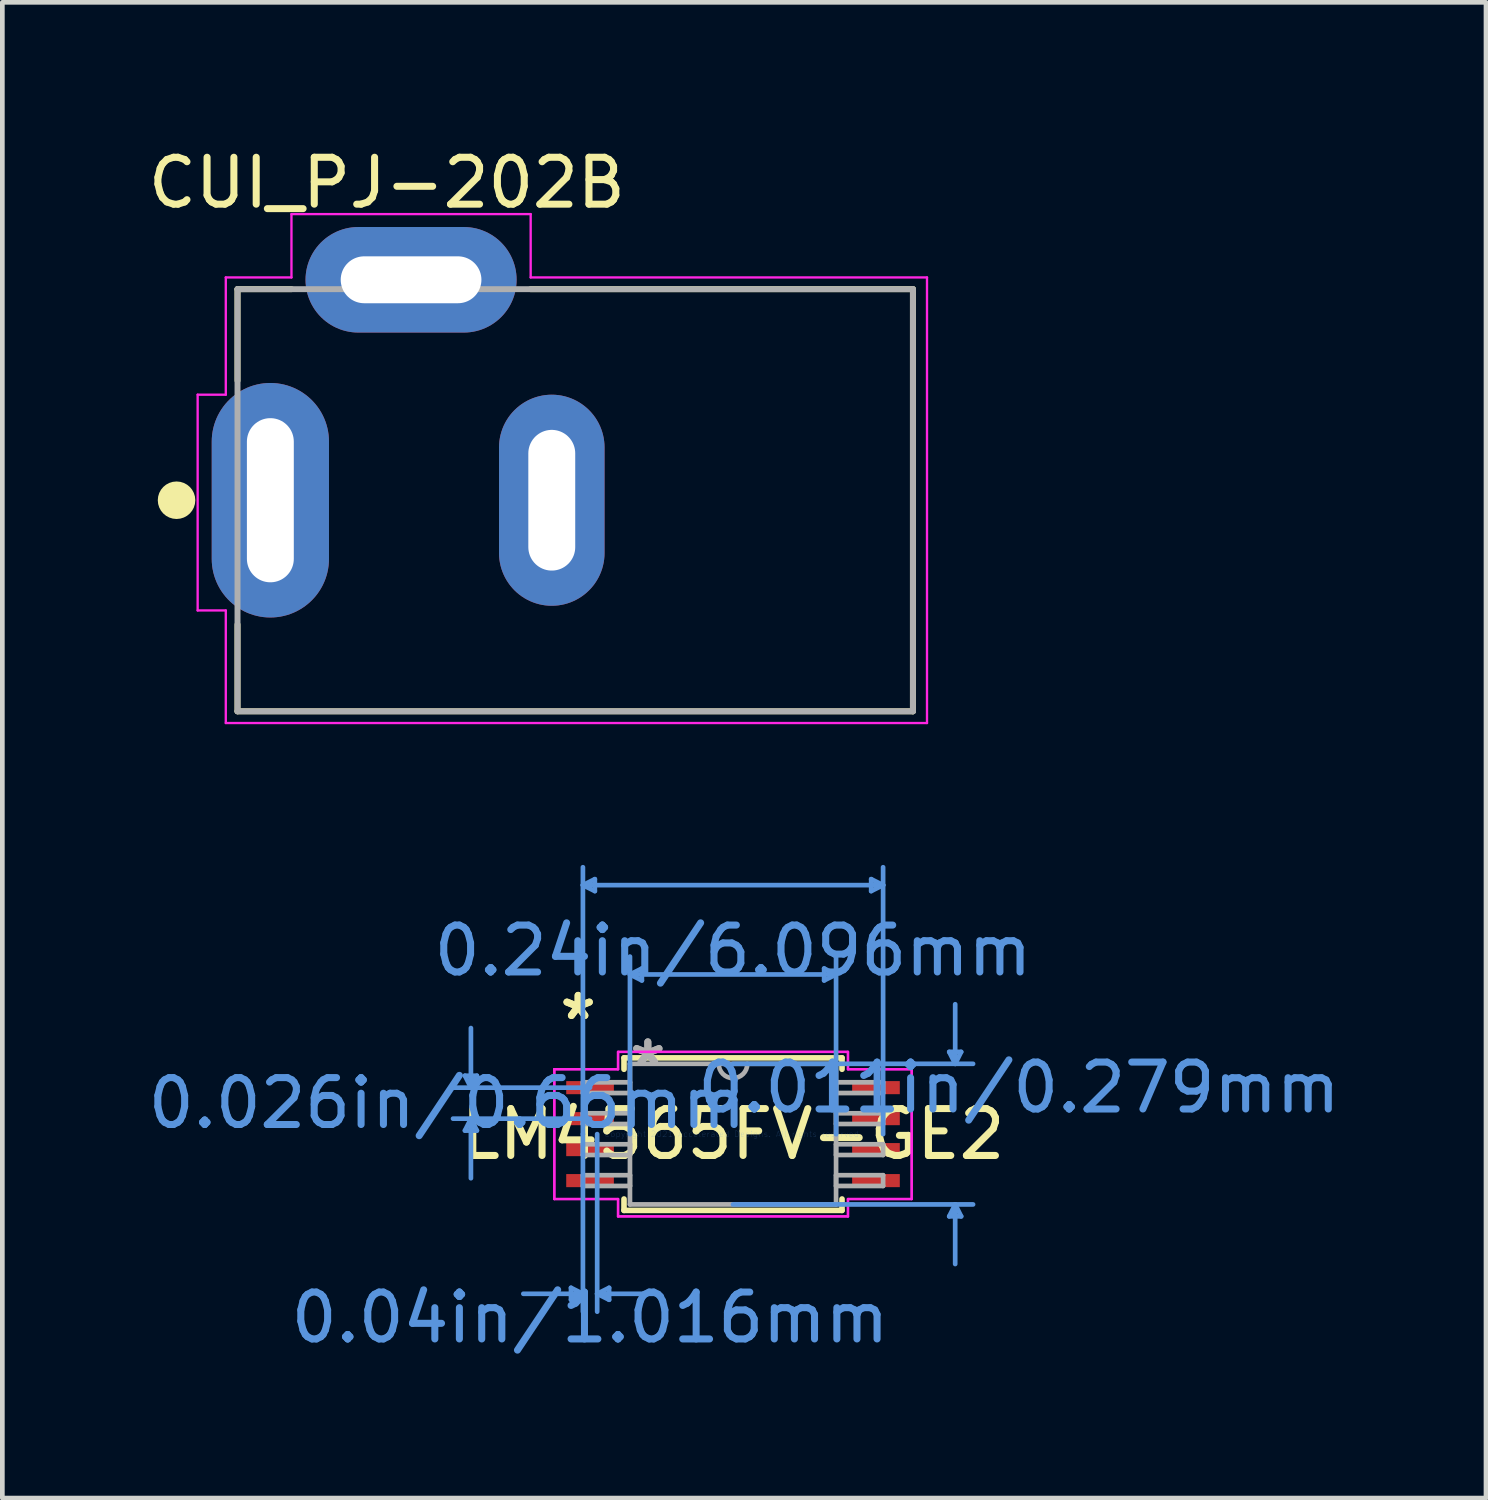
<source format=kicad_pcb>
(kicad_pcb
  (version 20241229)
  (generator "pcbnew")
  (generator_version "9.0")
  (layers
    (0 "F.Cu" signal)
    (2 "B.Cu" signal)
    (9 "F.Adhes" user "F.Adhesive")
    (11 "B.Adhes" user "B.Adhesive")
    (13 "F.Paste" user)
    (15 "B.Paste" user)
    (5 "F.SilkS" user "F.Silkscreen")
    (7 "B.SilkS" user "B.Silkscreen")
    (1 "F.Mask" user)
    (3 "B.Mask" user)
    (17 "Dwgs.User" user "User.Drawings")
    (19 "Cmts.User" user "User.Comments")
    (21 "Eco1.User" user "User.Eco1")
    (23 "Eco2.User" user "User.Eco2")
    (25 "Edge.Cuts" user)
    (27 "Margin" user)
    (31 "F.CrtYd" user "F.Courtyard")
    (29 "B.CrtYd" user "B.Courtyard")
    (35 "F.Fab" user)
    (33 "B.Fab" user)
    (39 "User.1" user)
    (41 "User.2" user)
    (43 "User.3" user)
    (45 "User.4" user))
  (footprint "CUI_PJ-202B"
    (layer "F.Cu")
    (at 9.214 7.615)
    (property "Reference" "CUI_PJ-202B" (at -4.016 -6.767 0) (layer "F.SilkS") (effects (font (size 1 1) (thickness 0.15))))
    (attr through_hole)
    (fp_line (start -7.2 -4.5) (end -6.05 -4.5) (stroke (width 0.127) (type solid)) (layer "F.SilkS"))
    (fp_line (start -7.2 -2.55) (end -7.2 -4.5) (stroke (width 0.127) (type solid)) (layer "F.SilkS"))
    (fp_line (start -7.2 4.5) (end -7.2 2.65) (stroke (width 0.127) (type solid)) (layer "F.SilkS"))
    (fp_line (start -0.95 -4.5) (end 7.2 -4.5) (stroke (width 0.127) (type solid)) (layer "F.SilkS"))
    (fp_line (start 7.2 -4.5) (end 7.2 4.5) (stroke (width 0.127) (type solid)) (layer "F.SilkS"))
    (fp_line (start 7.2 4.5) (end -7.2 4.5) (stroke (width 0.127) (type solid)) (layer "F.SilkS"))
    (fp_circle (center -8.5 0) (end -8.3 0) (stroke (width 0.4) (type solid)) (fill no) (layer "F.SilkS"))
    (fp_line (start -8.05 -2.25) (end -8.05 2.35) (stroke (width 0.05) (type solid)) (layer "F.CrtYd"))
    (fp_line (start -8.05 2.35) (end -7.45 2.35) (stroke (width 0.05) (type solid)) (layer "F.CrtYd"))
    (fp_line (start -7.45 -4.75) (end -6.05 -4.75) (stroke (width 0.05) (type solid)) (layer "F.CrtYd"))
    (fp_line (start -7.45 -2.25) (end -8.05 -2.25) (stroke (width 0.05) (type solid)) (layer "F.CrtYd"))
    (fp_line (start -7.45 -2.25) (end -7.45 -4.75) (stroke (width 0.05) (type solid)) (layer "F.CrtYd"))
    (fp_line (start -7.45 4.75) (end -7.45 2.35) (stroke (width 0.05) (type solid)) (layer "F.CrtYd"))
    (fp_line (start -6.05 -6.1) (end -0.95 -6.1) (stroke (width 0.05) (type solid)) (layer "F.CrtYd"))
    (fp_line (start -6.05 -4.75) (end -6.05 -6.1) (stroke (width 0.05) (type solid)) (layer "F.CrtYd"))
    (fp_line (start -0.95 -6.1) (end -0.95 -4.75) (stroke (width 0.05) (type solid)) (layer "F.CrtYd"))
    (fp_line (start -0.95 -4.75) (end 7.5 -4.75) (stroke (width 0.05) (type solid)) (layer "F.CrtYd"))
    (fp_line (start 7.5 -4.75) (end 7.5 4.75) (stroke (width 0.05) (type solid)) (layer "F.CrtYd"))
    (fp_line (start 7.5 4.75) (end -7.45 4.75) (stroke (width 0.05) (type solid)) (layer "F.CrtYd"))
    (fp_line (start -7.2 -4.5) (end 7.2 -4.5) (stroke (width 0.127) (type solid)) (layer "F.Fab"))
    (fp_line (start -7.2 4.5) (end -7.2 -4.5) (stroke (width 0.127) (type solid)) (layer "F.Fab"))
    (fp_line (start 7.2 -4.5) (end 7.2 4.5) (stroke (width 0.127) (type solid)) (layer "F.Fab"))
    (fp_line (start 7.2 4.5) (end -7.2 4.5) (stroke (width 0.127) (type solid)) (layer "F.Fab"))
    (pad "1" thru_hole oval (at -6.5 0) (size 2.5 5) (drill oval 1 3.5) (layers "*.Cu" "*.Mask"))
    (pad "2" thru_hole oval (at -0.5 0) (size 2.25 4.5) (drill oval 1 3) (layers "*.Cu" "*.Mask"))
    (pad "3" thru_hole oval (at -3.5 -4.7) (size 4.5 2.25) (drill oval 3 1) (layers "*.Cu" "*.Mask")))
  (footprint "LM4565FV-GE2"
    (layer "F.Cu")
    (at 12.578 21.13)
    (property "Reference" "LM4565FV-GE2" (at 0 0 0) (layer "F.SilkS") (effects (font (size 1 1) (thickness 0.15))))
    (attr through_hole)
    (fp_line (start -2.324 -1.626) (end -2.324 -1.383) (stroke (width 0.12) (type solid)) (layer "F.SilkS"))
    (fp_line (start -2.324 1.383) (end -2.324 1.626) (stroke (width 0.12) (type solid)) (layer "F.SilkS"))
    (fp_line (start -2.324 1.626) (end 2.324 1.626) (stroke (width 0.12) (type solid)) (layer "F.SilkS"))
    (fp_line (start 2.324 -1.626) (end -2.324 -1.626) (stroke (width 0.12) (type solid)) (layer "F.SilkS"))
    (fp_line (start 2.324 -1.383) (end 2.324 -1.626) (stroke (width 0.12) (type solid)) (layer "F.SilkS"))
    (fp_line (start 2.324 1.626) (end 2.324 1.383) (stroke (width 0.12) (type solid)) (layer "F.SilkS"))
    (fp_line (start -5.715 -1.245) (end -5.461 -1.245) (stroke (width 0.1) (type solid)) (layer "Cmts.User"))
    (fp_line (start -5.715 -0.076) (end -5.461 -0.076) (stroke (width 0.1) (type solid)) (layer "Cmts.User"))
    (fp_line (start -5.588 -0.991) (end -5.715 -1.245) (stroke (width 0.1) (type solid)) (layer "Cmts.User"))
    (fp_line (start -5.588 -0.991) (end -5.588 -2.261) (stroke (width 0.1) (type solid)) (layer "Cmts.User"))
    (fp_line (start -5.588 -0.991) (end -5.461 -1.245) (stroke (width 0.1) (type solid)) (layer "Cmts.User"))
    (fp_line (start -5.588 -0.33) (end -5.715 -0.076) (stroke (width 0.1) (type solid)) (layer "Cmts.User"))
    (fp_line (start -5.588 -0.33) (end -5.588 0.94) (stroke (width 0.1) (type solid)) (layer "Cmts.User"))
    (fp_line (start -5.588 -0.33) (end -5.461 -0.076) (stroke (width 0.1) (type solid)) (layer "Cmts.User"))
    (fp_line (start -3.454 3.277) (end -3.454 3.531) (stroke (width 0.1) (type solid)) (layer "Cmts.User"))
    (fp_line (start -3.2 -5.309) (end -2.946 -5.436) (stroke (width 0.1) (type solid)) (layer "Cmts.User"))
    (fp_line (start -3.2 -5.309) (end -2.946 -5.182) (stroke (width 0.1) (type solid)) (layer "Cmts.User"))
    (fp_line (start -3.2 -5.309) (end 3.2 -5.309) (stroke (width 0.1) (type solid)) (layer "Cmts.User"))
    (fp_line (start -3.2 0) (end -3.2 -5.69) (stroke (width 0.1) (type solid)) (layer "Cmts.User"))
    (fp_line (start -3.2 0) (end -3.2 3.785) (stroke (width 0.1) (type solid)) (layer "Cmts.User"))
    (fp_line (start -3.2 3.404) (end -4.47 3.404) (stroke (width 0.1) (type solid)) (layer "Cmts.User"))
    (fp_line (start -3.2 3.404) (end -3.454 3.277) (stroke (width 0.1) (type solid)) (layer "Cmts.User"))
    (fp_line (start -3.2 3.404) (end -3.454 3.531) (stroke (width 0.1) (type solid)) (layer "Cmts.User"))
    (fp_line (start -3.048 -0.991) (end -5.969 -0.991) (stroke (width 0.1) (type solid)) (layer "Cmts.User"))
    (fp_line (start -3.048 -0.33) (end -5.969 -0.33) (stroke (width 0.1) (type solid)) (layer "Cmts.User"))
    (fp_line (start -2.946 -5.436) (end -2.946 -5.182) (stroke (width 0.1) (type solid)) (layer "Cmts.User"))
    (fp_line (start -2.896 0) (end -2.896 3.785) (stroke (width 0.1) (type solid)) (layer "Cmts.User"))
    (fp_line (start -2.896 3.404) (end -2.642 3.277) (stroke (width 0.1) (type solid)) (layer "Cmts.User"))
    (fp_line (start -2.896 3.404) (end -2.642 3.531) (stroke (width 0.1) (type solid)) (layer "Cmts.User"))
    (fp_line (start -2.896 3.404) (end -1.626 3.404) (stroke (width 0.1) (type solid)) (layer "Cmts.User"))
    (fp_line (start -2.642 3.277) (end -2.642 3.531) (stroke (width 0.1) (type solid)) (layer "Cmts.User"))
    (fp_line (start -2.197 -3.404) (end -1.943 -3.531) (stroke (width 0.1) (type solid)) (layer "Cmts.User"))
    (fp_line (start -2.197 -3.404) (end -1.943 -3.277) (stroke (width 0.1) (type solid)) (layer "Cmts.User"))
    (fp_line (start -2.197 -3.404) (end 2.197 -3.404) (stroke (width 0.1) (type solid)) (layer "Cmts.User"))
    (fp_line (start -2.197 0) (end -2.197 -3.785) (stroke (width 0.1) (type solid)) (layer "Cmts.User"))
    (fp_line (start -1.943 -3.531) (end -1.943 -3.277) (stroke (width 0.1) (type solid)) (layer "Cmts.User"))
    (fp_line (start 0 -1.499) (end 5.118 -1.499) (stroke (width 0.1) (type solid)) (layer "Cmts.User"))
    (fp_line (start 0 1.499) (end 5.118 1.499) (stroke (width 0.1) (type solid)) (layer "Cmts.User"))
    (fp_line (start 1.943 -3.531) (end 1.943 -3.277) (stroke (width 0.1) (type solid)) (layer "Cmts.User"))
    (fp_line (start 2.197 -3.404) (end 1.943 -3.531) (stroke (width 0.1) (type solid)) (layer "Cmts.User"))
    (fp_line (start 2.197 -3.404) (end 1.943 -3.277) (stroke (width 0.1) (type solid)) (layer "Cmts.User"))
    (fp_line (start 2.197 0) (end 2.197 -3.785) (stroke (width 0.1) (type solid)) (layer "Cmts.User"))
    (fp_line (start 2.946 -5.436) (end 2.946 -5.182) (stroke (width 0.1) (type solid)) (layer "Cmts.User"))
    (fp_line (start 3.2 -5.309) (end 2.946 -5.436) (stroke (width 0.1) (type solid)) (layer "Cmts.User"))
    (fp_line (start 3.2 -5.309) (end 2.946 -5.182) (stroke (width 0.1) (type solid)) (layer "Cmts.User"))
    (fp_line (start 3.2 0) (end 3.2 -5.69) (stroke (width 0.1) (type solid)) (layer "Cmts.User"))
    (fp_line (start 4.61 -1.753) (end 4.864 -1.753) (stroke (width 0.1) (type solid)) (layer "Cmts.User"))
    (fp_line (start 4.61 1.753) (end 4.864 1.753) (stroke (width 0.1) (type solid)) (layer "Cmts.User"))
    (fp_line (start 4.737 -1.499) (end 4.61 -1.753) (stroke (width 0.1) (type solid)) (layer "Cmts.User"))
    (fp_line (start 4.737 -1.499) (end 4.737 -2.769) (stroke (width 0.1) (type solid)) (layer "Cmts.User"))
    (fp_line (start 4.737 -1.499) (end 4.864 -1.753) (stroke (width 0.1) (type solid)) (layer "Cmts.User"))
    (fp_line (start 4.737 1.499) (end 4.61 1.753) (stroke (width 0.1) (type solid)) (layer "Cmts.User"))
    (fp_line (start 4.737 1.499) (end 4.737 2.769) (stroke (width 0.1) (type solid)) (layer "Cmts.User"))
    (fp_line (start 4.737 1.499) (end 4.864 1.753) (stroke (width 0.1) (type solid)) (layer "Cmts.User"))
    (fp_line (start -3.81 -1.384) (end -2.451 -1.384) (stroke (width 0.05) (type solid)) (layer "F.CrtYd"))
    (fp_line (start -3.81 -1.384) (end -2.451 -1.384) (stroke (width 0.05) (type solid)) (layer "F.CrtYd"))
    (fp_line (start -3.81 1.384) (end -3.81 -1.384) (stroke (width 0.05) (type solid)) (layer "F.CrtYd"))
    (fp_line (start -3.81 1.384) (end -3.81 -1.384) (stroke (width 0.05) (type solid)) (layer "F.CrtYd"))
    (fp_line (start -3.81 1.384) (end -2.451 1.384) (stroke (width 0.05) (type solid)) (layer "F.CrtYd"))
    (fp_line (start -2.451 -1.753) (end 2.451 -1.753) (stroke (width 0.05) (type solid)) (layer "F.CrtYd"))
    (fp_line (start -2.451 -1.753) (end 2.451 -1.753) (stroke (width 0.05) (type solid)) (layer "F.CrtYd"))
    (fp_line (start -2.451 -1.384) (end -2.451 -1.753) (stroke (width 0.05) (type solid)) (layer "F.CrtYd"))
    (fp_line (start -2.451 -1.384) (end -2.451 -1.753) (stroke (width 0.05) (type solid)) (layer "F.CrtYd"))
    (fp_line (start -2.451 1.384) (end -3.81 1.384) (stroke (width 0.05) (type solid)) (layer "F.CrtYd"))
    (fp_line (start -2.451 1.753) (end -2.451 1.384) (stroke (width 0.05) (type solid)) (layer "F.CrtYd"))
    (fp_line (start -2.451 1.753) (end -2.451 1.384) (stroke (width 0.05) (type solid)) (layer "F.CrtYd"))
    (fp_line (start 2.451 -1.753) (end 2.451 -1.384) (stroke (width 0.05) (type solid)) (layer "F.CrtYd"))
    (fp_line (start 2.451 -1.753) (end 2.451 -1.384) (stroke (width 0.05) (type solid)) (layer "F.CrtYd"))
    (fp_line (start 2.451 -1.384) (end 3.81 -1.384) (stroke (width 0.05) (type solid)) (layer "F.CrtYd"))
    (fp_line (start 2.451 1.384) (end 2.451 1.753) (stroke (width 0.05) (type solid)) (layer "F.CrtYd"))
    (fp_line (start 2.451 1.384) (end 2.451 1.753) (stroke (width 0.05) (type solid)) (layer "F.CrtYd"))
    (fp_line (start 2.451 1.753) (end -2.451 1.753) (stroke (width 0.05) (type solid)) (layer "F.CrtYd"))
    (fp_line (start 2.451 1.753) (end -2.451 1.753) (stroke (width 0.05) (type solid)) (layer "F.CrtYd"))
    (fp_line (start 3.81 -1.384) (end 2.451 -1.384) (stroke (width 0.05) (type solid)) (layer "F.CrtYd"))
    (fp_line (start 3.81 -1.384) (end 3.81 1.384) (stroke (width 0.05) (type solid)) (layer "F.CrtYd"))
    (fp_line (start 3.81 -1.384) (end 3.81 1.384) (stroke (width 0.05) (type solid)) (layer "F.CrtYd"))
    (fp_line (start 3.81 1.384) (end 2.451 1.384) (stroke (width 0.05) (type solid)) (layer "F.CrtYd"))
    (fp_line (start 3.81 1.384) (end 2.451 1.384) (stroke (width 0.05) (type solid)) (layer "F.CrtYd"))
    (fp_line (start -3.2 -1.105) (end -3.2 -0.876) (stroke (width 0.1) (type solid)) (layer "F.Fab"))
    (fp_line (start -3.2 -0.876) (end -2.197 -0.876) (stroke (width 0.1) (type solid)) (layer "F.Fab"))
    (fp_line (start -3.2 -0.445) (end -3.2 -0.216) (stroke (width 0.1) (type solid)) (layer "F.Fab"))
    (fp_line (start -3.2 -0.216) (end -2.197 -0.216) (stroke (width 0.1) (type solid)) (layer "F.Fab"))
    (fp_line (start -3.2 0.216) (end -3.2 0.445) (stroke (width 0.1) (type solid)) (layer "F.Fab"))
    (fp_line (start -3.2 0.445) (end -2.197 0.445) (stroke (width 0.1) (type solid)) (layer "F.Fab"))
    (fp_line (start -3.2 0.876) (end -3.2 1.105) (stroke (width 0.1) (type solid)) (layer "F.Fab"))
    (fp_line (start -3.2 1.105) (end -2.197 1.105) (stroke (width 0.1) (type solid)) (layer "F.Fab"))
    (fp_line (start -2.197 -1.499) (end -2.197 1.499) (stroke (width 0.1) (type solid)) (layer "F.Fab"))
    (fp_line (start -2.197 -1.105) (end -3.2 -1.105) (stroke (width 0.1) (type solid)) (layer "F.Fab"))
    (fp_line (start -2.197 -0.876) (end -2.197 -1.105) (stroke (width 0.1) (type solid)) (layer "F.Fab"))
    (fp_line (start -2.197 -0.445) (end -3.2 -0.445) (stroke (width 0.1) (type solid)) (layer "F.Fab"))
    (fp_line (start -2.197 -0.216) (end -2.197 -0.445) (stroke (width 0.1) (type solid)) (layer "F.Fab"))
    (fp_line (start -2.197 0.216) (end -3.2 0.216) (stroke (width 0.1) (type solid)) (layer "F.Fab"))
    (fp_line (start -2.197 0.445) (end -2.197 0.216) (stroke (width 0.1) (type solid)) (layer "F.Fab"))
    (fp_line (start -2.197 0.876) (end -3.2 0.876) (stroke (width 0.1) (type solid)) (layer "F.Fab"))
    (fp_line (start -2.197 1.105) (end -2.197 0.876) (stroke (width 0.1) (type solid)) (layer "F.Fab"))
    (fp_line (start -2.197 1.499) (end 2.197 1.499) (stroke (width 0.1) (type solid)) (layer "F.Fab"))
    (fp_line (start 2.197 -1.499) (end -2.197 -1.499) (stroke (width 0.1) (type solid)) (layer "F.Fab"))
    (fp_line (start 2.197 -1.105) (end 2.197 -0.876) (stroke (width 0.1) (type solid)) (layer "F.Fab"))
    (fp_line (start 2.197 -0.876) (end 3.2 -0.876) (stroke (width 0.1) (type solid)) (layer "F.Fab"))
    (fp_line (start 2.197 -0.445) (end 2.197 -0.216) (stroke (width 0.1) (type solid)) (layer "F.Fab"))
    (fp_line (start 2.197 -0.216) (end 3.2 -0.216) (stroke (width 0.1) (type solid)) (layer "F.Fab"))
    (fp_line (start 2.197 0.216) (end 2.197 0.445) (stroke (width 0.1) (type solid)) (layer "F.Fab"))
    (fp_line (start 2.197 0.445) (end 3.2 0.445) (stroke (width 0.1) (type solid)) (layer "F.Fab"))
    (fp_line (start 2.197 0.876) (end 2.197 1.105) (stroke (width 0.1) (type solid)) (layer "F.Fab"))
    (fp_line (start 2.197 1.105) (end 3.2 1.105) (stroke (width 0.1) (type solid)) (layer "F.Fab"))
    (fp_line (start 2.197 1.499) (end 2.197 -1.499) (stroke (width 0.1) (type solid)) (layer "F.Fab"))
    (fp_line (start 3.2 -1.105) (end 2.197 -1.105) (stroke (width 0.1) (type solid)) (layer "F.Fab"))
    (fp_line (start 3.2 -0.876) (end 3.2 -1.105) (stroke (width 0.1) (type solid)) (layer "F.Fab"))
    (fp_line (start 3.2 -0.445) (end 2.197 -0.445) (stroke (width 0.1) (type solid)) (layer "F.Fab"))
    (fp_line (start 3.2 -0.216) (end 3.2 -0.445) (stroke (width 0.1) (type solid)) (layer "F.Fab"))
    (fp_line (start 3.2 0.216) (end 2.197 0.216) (stroke (width 0.1) (type solid)) (layer "F.Fab"))
    (fp_line (start 3.2 0.445) (end 3.2 0.216) (stroke (width 0.1) (type solid)) (layer "F.Fab"))
    (fp_line (start 3.2 0.876) (end 2.197 0.876) (stroke (width 0.1) (type solid)) (layer "F.Fab"))
    (fp_line (start 3.2 1.105) (end 3.2 0.876) (stroke (width 0.1) (type solid)) (layer "F.Fab"))
    (fp_arc (start 0.3048 -1.4986) (mid 0 -1.1938) (end -0.3048 -1.4986) (stroke (width 0.1) (type solid)) (layer "F.Fab"))
    (fp_text user "*" (at -3.302 -2.413 0) (layer "F.SilkS") (effects (font (size 1 1) (thickness 0.15))))
    (fp_text user "*" (at -3.302 -2.413 0) (layer "F.SilkS") (effects (font (size 1 1) (thickness 0.15))))
    (fp_text user "0.011in/0.279mm" (at 6.096 -0.991 0) (layer "Cmts.User") (effects (font (size 1 1) (thickness 0.15))))
    (fp_text user "0.04in/1.016mm" (at -3.048 3.912 0) (layer "Cmts.User") (effects (font (size 1 1) (thickness 0.15))))
    (fp_text user "0.24in/6.096mm" (at 0 -3.912 0) (layer "Cmts.User") (effects (font (size 1 1) (thickness 0.15))))
    (fp_text user "Copyright 2021 Accelerated Designs. All rights reserved." (at 0 0 0) (layer "Cmts.User") (effects (font (size 0.127 0.127) (thickness 0.002))))
    (fp_text user "0.026in/0.66mm" (at -6.096 -0.66 0) (layer "Cmts.User") (effects (font (size 1 1) (thickness 0.15))))
    (fp_text user "*" (at -1.816 -1.422 0) (layer "F.Fab") (effects (font (size 1 1) (thickness 0.15))))
    (fp_text user "*" (at -1.816 -1.422 0) (layer "F.Fab") (effects (font (size 1 1) (thickness 0.15))))
    (pad "1" smd rect (at -3.048 -0.991) (size 1.016 0.279) (layers "F.Cu" "F.Mask" "F.Paste"))
    (pad "2" smd rect (at -3.048 -0.33) (size 1.016 0.279) (layers "F.Cu" "F.Mask" "F.Paste"))
    (pad "3" smd rect (at -3.048 0.33) (size 1.016 0.279) (layers "F.Cu" "F.Mask" "F.Paste"))
    (pad "4" smd rect (at -3.048 0.991) (size 1.016 0.279) (layers "F.Cu" "F.Mask" "F.Paste"))
    (pad "5" smd rect (at 3.048 0.991) (size 1.016 0.279) (layers "F.Cu" "F.Mask" "F.Paste"))
    (pad "6" smd rect (at 3.048 0.33) (size 1.016 0.279) (layers "F.Cu" "F.Mask" "F.Paste"))
    (pad "7" smd rect (at 3.048 -0.33) (size 1.016 0.279) (layers "F.Cu" "F.Mask" "F.Paste"))
    (pad "8" smd rect (at 3.048 -0.991) (size 1.016 0.279) (layers "F.Cu" "F.Mask" "F.Paste")))
  (gr_rect
    (start -3 -3)
    (end 28.632 28.89)
    (stroke (width 0.1) (type default))
    (fill no)
    (layer "Edge.Cuts")))
</source>
